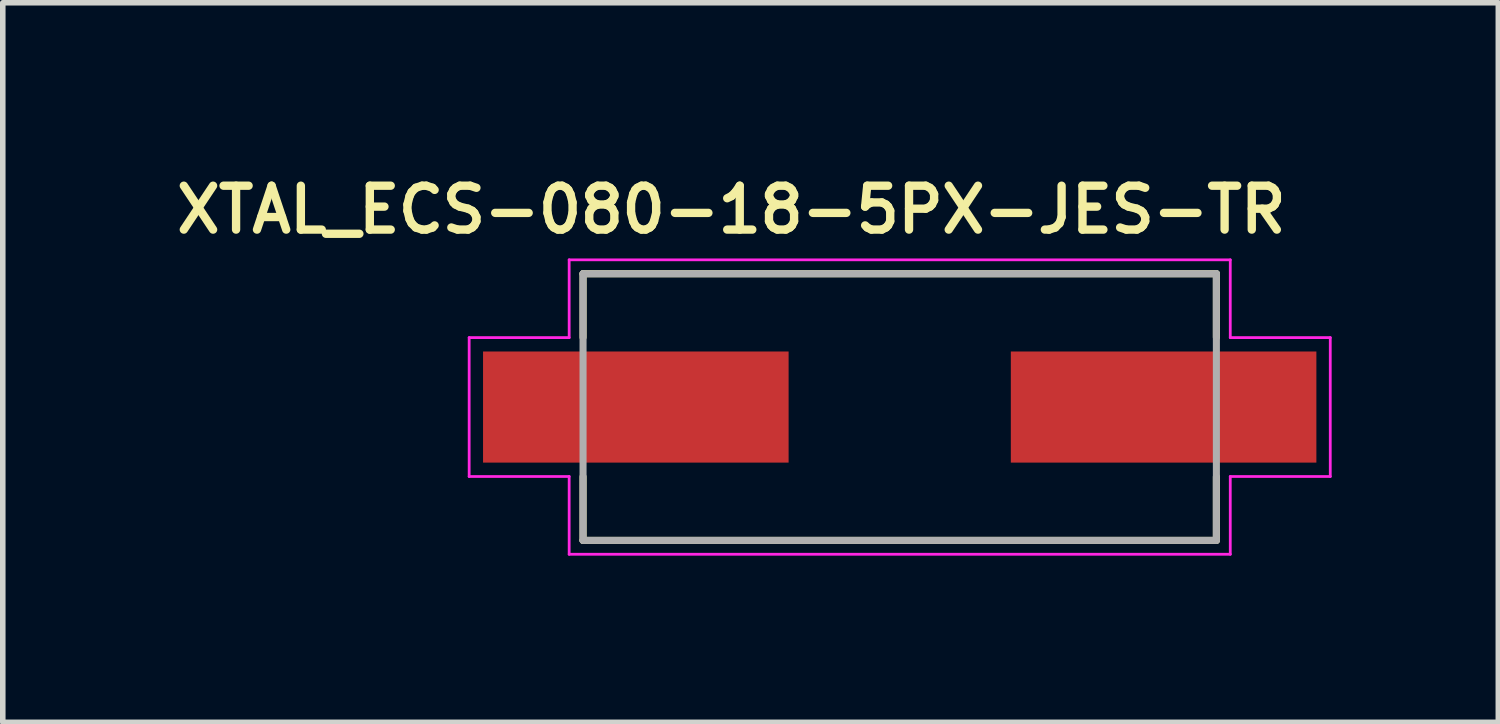
<source format=kicad_pcb>
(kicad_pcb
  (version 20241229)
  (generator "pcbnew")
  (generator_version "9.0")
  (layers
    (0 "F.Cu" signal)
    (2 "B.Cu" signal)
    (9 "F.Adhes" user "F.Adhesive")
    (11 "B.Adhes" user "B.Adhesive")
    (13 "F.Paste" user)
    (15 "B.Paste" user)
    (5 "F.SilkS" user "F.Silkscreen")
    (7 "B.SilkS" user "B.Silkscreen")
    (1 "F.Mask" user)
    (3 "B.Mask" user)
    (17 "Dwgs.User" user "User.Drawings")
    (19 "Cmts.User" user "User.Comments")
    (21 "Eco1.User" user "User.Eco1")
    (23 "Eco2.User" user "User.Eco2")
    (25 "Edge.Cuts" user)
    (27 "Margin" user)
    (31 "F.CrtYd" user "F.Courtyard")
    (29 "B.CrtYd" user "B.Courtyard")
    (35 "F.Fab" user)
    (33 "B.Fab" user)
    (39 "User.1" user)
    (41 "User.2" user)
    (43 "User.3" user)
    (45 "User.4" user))
  (footprint "XTAL_ECS-080-18-5PX-JES-TR"
    (layer "F.Cu")
    (at 13.145 4.277)
    (property "Reference" "XTAL_ECS-080-18-5PX-JES-TR" (at -3.03 -3.552 0) (layer "F.SilkS") (effects (font (size 0.79 0.79) (thickness 0.15))))
    (attr smd)
    (fp_line (start -5.7 -2.4) (end 5.7 -2.4) (stroke (width 0.127) (type solid)) (layer "F.SilkS"))
    (fp_line (start -5.7 -1.254) (end -5.7 -2.4) (stroke (width 0.127) (type solid)) (layer "F.SilkS"))
    (fp_line (start -5.7 2.4) (end -5.7 1.254) (stroke (width 0.127) (type solid)) (layer "F.SilkS"))
    (fp_line (start 5.7 -2.4) (end 5.7 -1.254) (stroke (width 0.127) (type solid)) (layer "F.SilkS"))
    (fp_line (start 5.7 1.254) (end 5.7 2.4) (stroke (width 0.127) (type solid)) (layer "F.SilkS"))
    (fp_line (start 5.7 2.4) (end -5.7 2.4) (stroke (width 0.127) (type solid)) (layer "F.SilkS"))
    (fp_line (start -7.75 -1.25) (end -5.95 -1.25) (stroke (width 0.05) (type solid)) (layer "F.CrtYd"))
    (fp_line (start -7.75 1.25) (end -7.75 -1.25) (stroke (width 0.05) (type solid)) (layer "F.CrtYd"))
    (fp_line (start -5.95 -2.65) (end 5.95 -2.65) (stroke (width 0.05) (type solid)) (layer "F.CrtYd"))
    (fp_line (start -5.95 -1.25) (end -5.95 -2.65) (stroke (width 0.05) (type solid)) (layer "F.CrtYd"))
    (fp_line (start -5.95 1.25) (end -7.75 1.25) (stroke (width 0.05) (type solid)) (layer "F.CrtYd"))
    (fp_line (start -5.95 2.65) (end -5.95 1.25) (stroke (width 0.05) (type solid)) (layer "F.CrtYd"))
    (fp_line (start 5.95 -2.65) (end 5.95 -1.25) (stroke (width 0.05) (type solid)) (layer "F.CrtYd"))
    (fp_line (start 5.95 -1.25) (end 7.75 -1.25) (stroke (width 0.05) (type solid)) (layer "F.CrtYd"))
    (fp_line (start 5.95 1.25) (end 5.95 2.65) (stroke (width 0.05) (type solid)) (layer "F.CrtYd"))
    (fp_line (start 5.95 2.65) (end -5.95 2.65) (stroke (width 0.05) (type solid)) (layer "F.CrtYd"))
    (fp_line (start 7.75 -1.25) (end 7.75 1.25) (stroke (width 0.05) (type solid)) (layer "F.CrtYd"))
    (fp_line (start 7.75 1.25) (end 5.95 1.25) (stroke (width 0.05) (type solid)) (layer "F.CrtYd"))
    (fp_line (start -5.7 -2.4) (end -5.7 2.4) (stroke (width 0.127) (type solid)) (layer "F.Fab"))
    (fp_line (start -5.7 2.4) (end 5.7 2.4) (stroke (width 0.127) (type solid)) (layer "F.Fab"))
    (fp_line (start 5.7 -2.4) (end -5.7 -2.4) (stroke (width 0.127) (type solid)) (layer "F.Fab"))
    (fp_line (start 5.7 2.4) (end 5.7 -2.4) (stroke (width 0.127) (type solid)) (layer "F.Fab"))
    (pad "1" smd rect (at -4.75 0) (size 5.5 2) (layers "F.Cu" "F.Mask" "F.Paste"))
    (pad "2" smd rect (at 4.75 0) (size 5.5 2) (layers "F.Cu" "F.Mask" "F.Paste")))
  (gr_rect
    (start -3 -3)
    (end 23.92 9.952)
    (stroke (width 0.1) (type default))
    (fill no)
    (layer "Edge.Cuts")))
</source>
